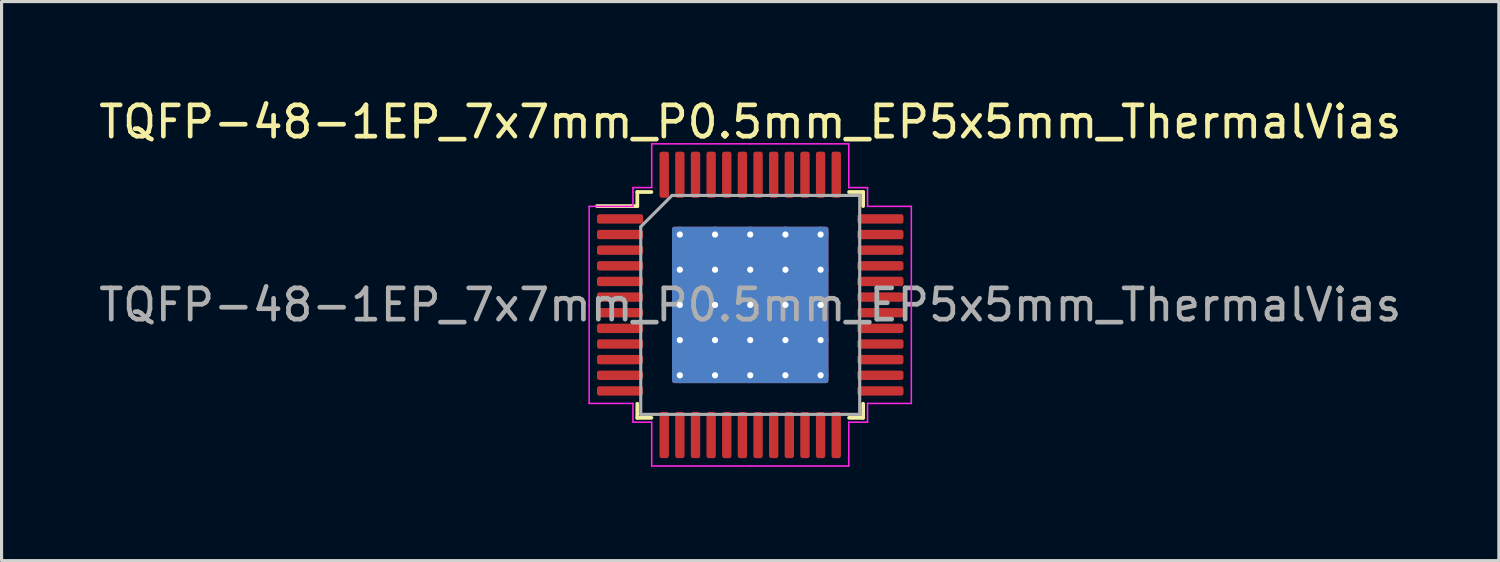
<source format=kicad_pcb>
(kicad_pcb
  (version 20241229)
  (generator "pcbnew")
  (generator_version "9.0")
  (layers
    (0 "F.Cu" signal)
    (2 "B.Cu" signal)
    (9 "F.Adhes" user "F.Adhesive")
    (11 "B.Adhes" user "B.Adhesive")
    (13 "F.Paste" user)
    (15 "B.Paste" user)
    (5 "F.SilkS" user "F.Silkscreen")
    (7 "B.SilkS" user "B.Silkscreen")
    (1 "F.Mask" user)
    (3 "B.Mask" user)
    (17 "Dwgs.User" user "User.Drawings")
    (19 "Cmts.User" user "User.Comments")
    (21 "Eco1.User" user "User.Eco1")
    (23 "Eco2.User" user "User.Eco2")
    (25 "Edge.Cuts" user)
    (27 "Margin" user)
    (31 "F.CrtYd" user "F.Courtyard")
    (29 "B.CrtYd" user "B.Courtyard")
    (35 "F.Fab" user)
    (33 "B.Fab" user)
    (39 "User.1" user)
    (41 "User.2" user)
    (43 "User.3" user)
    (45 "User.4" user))
  (footprint "TQFP-48-1EP_7x7mm_P0.5mm_EP5x5mm_ThermalVias"
    (layer "F.Cu")
    (at 20.935 6.698)
    (property "Reference" "TQFP-48-1EP_7x7mm_P0.5mm_EP5x5mm_ThermalVias" (at 0 -5.85 0) (layer "F.SilkS") (effects (font (size 1 1) (thickness 0.15))))
    (attr smd)
    (fp_line (start -3.61 -3.61) (end -3.61 -3.16) (stroke (width 0.12) (type solid)) (layer "F.SilkS"))
    (fp_line (start -3.61 -3.16) (end -4.9 -3.16) (stroke (width 0.12) (type solid)) (layer "F.SilkS"))
    (fp_line (start -3.61 3.61) (end -3.61 3.16) (stroke (width 0.12) (type solid)) (layer "F.SilkS"))
    (fp_line (start -3.16 -3.61) (end -3.61 -3.61) (stroke (width 0.12) (type solid)) (layer "F.SilkS"))
    (fp_line (start -3.16 3.61) (end -3.61 3.61) (stroke (width 0.12) (type solid)) (layer "F.SilkS"))
    (fp_line (start 3.16 -3.61) (end 3.61 -3.61) (stroke (width 0.12) (type solid)) (layer "F.SilkS"))
    (fp_line (start 3.16 3.61) (end 3.61 3.61) (stroke (width 0.12) (type solid)) (layer "F.SilkS"))
    (fp_line (start 3.61 -3.61) (end 3.61 -3.16) (stroke (width 0.12) (type solid)) (layer "F.SilkS"))
    (fp_line (start 3.61 3.61) (end 3.61 3.16) (stroke (width 0.12) (type solid)) (layer "F.SilkS"))
    (fp_line (start -5.15 -3.15) (end -5.15 0) (stroke (width 0.05) (type solid)) (layer "F.CrtYd"))
    (fp_line (start -5.15 3.15) (end -5.15 0) (stroke (width 0.05) (type solid)) (layer "F.CrtYd"))
    (fp_line (start -3.75 -3.75) (end -3.75 -3.15) (stroke (width 0.05) (type solid)) (layer "F.CrtYd"))
    (fp_line (start -3.75 -3.15) (end -5.15 -3.15) (stroke (width 0.05) (type solid)) (layer "F.CrtYd"))
    (fp_line (start -3.75 3.15) (end -5.15 3.15) (stroke (width 0.05) (type solid)) (layer "F.CrtYd"))
    (fp_line (start -3.75 3.75) (end -3.75 3.15) (stroke (width 0.05) (type solid)) (layer "F.CrtYd"))
    (fp_line (start -3.15 -5.15) (end -3.15 -3.75) (stroke (width 0.05) (type solid)) (layer "F.CrtYd"))
    (fp_line (start -3.15 -3.75) (end -3.75 -3.75) (stroke (width 0.05) (type solid)) (layer "F.CrtYd"))
    (fp_line (start -3.15 3.75) (end -3.75 3.75) (stroke (width 0.05) (type solid)) (layer "F.CrtYd"))
    (fp_line (start -3.15 5.15) (end -3.15 3.75) (stroke (width 0.05) (type solid)) (layer "F.CrtYd"))
    (fp_line (start 0 -5.15) (end -3.15 -5.15) (stroke (width 0.05) (type solid)) (layer "F.CrtYd"))
    (fp_line (start 0 -5.15) (end 3.15 -5.15) (stroke (width 0.05) (type solid)) (layer "F.CrtYd"))
    (fp_line (start 0 5.15) (end -3.15 5.15) (stroke (width 0.05) (type solid)) (layer "F.CrtYd"))
    (fp_line (start 0 5.15) (end 3.15 5.15) (stroke (width 0.05) (type solid)) (layer "F.CrtYd"))
    (fp_line (start 3.15 -5.15) (end 3.15 -3.75) (stroke (width 0.05) (type solid)) (layer "F.CrtYd"))
    (fp_line (start 3.15 -3.75) (end 3.75 -3.75) (stroke (width 0.05) (type solid)) (layer "F.CrtYd"))
    (fp_line (start 3.15 3.75) (end 3.75 3.75) (stroke (width 0.05) (type solid)) (layer "F.CrtYd"))
    (fp_line (start 3.15 5.15) (end 3.15 3.75) (stroke (width 0.05) (type solid)) (layer "F.CrtYd"))
    (fp_line (start 3.75 -3.75) (end 3.75 -3.15) (stroke (width 0.05) (type solid)) (layer "F.CrtYd"))
    (fp_line (start 3.75 -3.15) (end 5.15 -3.15) (stroke (width 0.05) (type solid)) (layer "F.CrtYd"))
    (fp_line (start 3.75 3.15) (end 5.15 3.15) (stroke (width 0.05) (type solid)) (layer "F.CrtYd"))
    (fp_line (start 3.75 3.75) (end 3.75 3.15) (stroke (width 0.05) (type solid)) (layer "F.CrtYd"))
    (fp_line (start 5.15 -3.15) (end 5.15 0) (stroke (width 0.05) (type solid)) (layer "F.CrtYd"))
    (fp_line (start 5.15 3.15) (end 5.15 0) (stroke (width 0.05) (type solid)) (layer "F.CrtYd"))
    (fp_line (start -3.5 -2.5) (end -2.5 -3.5) (stroke (width 0.1) (type solid)) (layer "F.Fab"))
    (fp_line (start -3.5 3.5) (end -3.5 -2.5) (stroke (width 0.1) (type solid)) (layer "F.Fab"))
    (fp_line (start -2.5 -3.5) (end 3.5 -3.5) (stroke (width 0.1) (type solid)) (layer "F.Fab"))
    (fp_line (start 3.5 -3.5) (end 3.5 3.5) (stroke (width 0.1) (type solid)) (layer "F.Fab"))
    (fp_line (start 3.5 3.5) (end -3.5 3.5) (stroke (width 0.1) (type solid)) (layer "F.Fab"))
    (fp_text user "${REFERENCE}" (at 0 0 0) (layer "F.Fab") (effects (font (size 1 1) (thickness 0.15))))
    (pad "" smd custom (at -1.688 -1.688) (size 0.891 0.891) (layers "F.Paste") (options (anchor circle)) (primitives (gr_poly (pts (xy -0.387 -0.29) (xy -0.29 -0.387) (xy 0.29 -0.387) (xy 0.387 -0.29) (xy 0.387 0.29) (xy 0.29 0.387) (xy -0.29 0.387) (xy -0.387 0.29)) (width 0.234) (fill yes))))
    (pad "" smd custom (at -1.688 -0.562) (size 0.891 0.891) (layers "F.Paste") (options (anchor circle)) (primitives (gr_poly (pts (xy -0.387 -0.29) (xy -0.29 -0.387) (xy 0.29 -0.387) (xy 0.387 -0.29) (xy 0.387 0.29) (xy 0.29 0.387) (xy -0.29 0.387) (xy -0.387 0.29)) (width 0.234) (fill yes))))
    (pad "" smd custom (at -1.688 0.562) (size 0.891 0.891) (layers "F.Paste") (options (anchor circle)) (primitives (gr_poly (pts (xy -0.387 -0.29) (xy -0.29 -0.387) (xy 0.29 -0.387) (xy 0.387 -0.29) (xy 0.387 0.29) (xy 0.29 0.387) (xy -0.29 0.387) (xy -0.387 0.29)) (width 0.234) (fill yes))))
    (pad "" smd custom (at -1.688 1.688) (size 0.891 0.891) (layers "F.Paste") (options (anchor circle)) (primitives (gr_poly (pts (xy -0.387 -0.29) (xy -0.29 -0.387) (xy 0.29 -0.387) (xy 0.387 -0.29) (xy 0.387 0.29) (xy 0.29 0.387) (xy -0.29 0.387) (xy -0.387 0.29)) (width 0.234) (fill yes))))
    (pad "" smd custom (at -0.562 -1.688) (size 0.891 0.891) (layers "F.Paste") (options (anchor circle)) (primitives (gr_poly (pts (xy -0.387 -0.29) (xy -0.29 -0.387) (xy 0.29 -0.387) (xy 0.387 -0.29) (xy 0.387 0.29) (xy 0.29 0.387) (xy -0.29 0.387) (xy -0.387 0.29)) (width 0.234) (fill yes))))
    (pad "" smd custom (at -0.562 -0.562) (size 0.891 0.891) (layers "F.Paste") (options (anchor circle)) (primitives (gr_poly (pts (xy -0.387 -0.29) (xy -0.29 -0.387) (xy 0.29 -0.387) (xy 0.387 -0.29) (xy 0.387 0.29) (xy 0.29 0.387) (xy -0.29 0.387) (xy -0.387 0.29)) (width 0.234) (fill yes))))
    (pad "" smd custom (at -0.562 0.562) (size 0.891 0.891) (layers "F.Paste") (options (anchor circle)) (primitives (gr_poly (pts (xy -0.387 -0.29) (xy -0.29 -0.387) (xy 0.29 -0.387) (xy 0.387 -0.29) (xy 0.387 0.29) (xy 0.29 0.387) (xy -0.29 0.387) (xy -0.387 0.29)) (width 0.234) (fill yes))))
    (pad "" smd custom (at -0.562 1.688) (size 0.891 0.891) (layers "F.Paste") (options (anchor circle)) (primitives (gr_poly (pts (xy -0.387 -0.29) (xy -0.29 -0.387) (xy 0.29 -0.387) (xy 0.387 -0.29) (xy 0.387 0.29) (xy 0.29 0.387) (xy -0.29 0.387) (xy -0.387 0.29)) (width 0.234) (fill yes))))
    (pad "" smd custom (at 0.562 -1.688) (size 0.891 0.891) (layers "F.Paste") (options (anchor circle)) (primitives (gr_poly (pts (xy -0.387 -0.29) (xy -0.29 -0.387) (xy 0.29 -0.387) (xy 0.387 -0.29) (xy 0.387 0.29) (xy 0.29 0.387) (xy -0.29 0.387) (xy -0.387 0.29)) (width 0.234) (fill yes))))
    (pad "" smd custom (at 0.562 -0.562) (size 0.891 0.891) (layers "F.Paste") (options (anchor circle)) (primitives (gr_poly (pts (xy -0.387 -0.29) (xy -0.29 -0.387) (xy 0.29 -0.387) (xy 0.387 -0.29) (xy 0.387 0.29) (xy 0.29 0.387) (xy -0.29 0.387) (xy -0.387 0.29)) (width 0.234) (fill yes))))
    (pad "" smd custom (at 0.562 0.562) (size 0.891 0.891) (layers "F.Paste") (options (anchor circle)) (primitives (gr_poly (pts (xy -0.387 -0.29) (xy -0.29 -0.387) (xy 0.29 -0.387) (xy 0.387 -0.29) (xy 0.387 0.29) (xy 0.29 0.387) (xy -0.29 0.387) (xy -0.387 0.29)) (width 0.234) (fill yes))))
    (pad "" smd custom (at 0.562 1.688) (size 0.891 0.891) (layers "F.Paste") (options (anchor circle)) (primitives (gr_poly (pts (xy -0.387 -0.29) (xy -0.29 -0.387) (xy 0.29 -0.387) (xy 0.387 -0.29) (xy 0.387 0.29) (xy 0.29 0.387) (xy -0.29 0.387) (xy -0.387 0.29)) (width 0.234) (fill yes))))
    (pad "" smd custom (at 1.688 -1.688) (size 0.891 0.891) (layers "F.Paste") (options (anchor circle)) (primitives (gr_poly (pts (xy -0.387 -0.29) (xy -0.29 -0.387) (xy 0.29 -0.387) (xy 0.387 -0.29) (xy 0.387 0.29) (xy 0.29 0.387) (xy -0.29 0.387) (xy -0.387 0.29)) (width 0.234) (fill yes))))
    (pad "" smd custom (at 1.688 -0.562) (size 0.891 0.891) (layers "F.Paste") (options (anchor circle)) (primitives (gr_poly (pts (xy -0.387 -0.29) (xy -0.29 -0.387) (xy 0.29 -0.387) (xy 0.387 -0.29) (xy 0.387 0.29) (xy 0.29 0.387) (xy -0.29 0.387) (xy -0.387 0.29)) (width 0.234) (fill yes))))
    (pad "" smd custom (at 1.688 0.562) (size 0.891 0.891) (layers "F.Paste") (options (anchor circle)) (primitives (gr_poly (pts (xy -0.387 -0.29) (xy -0.29 -0.387) (xy 0.29 -0.387) (xy 0.387 -0.29) (xy 0.387 0.29) (xy 0.29 0.387) (xy -0.29 0.387) (xy -0.387 0.29)) (width 0.234) (fill yes))))
    (pad "" smd custom (at 1.688 1.688) (size 0.891 0.891) (layers "F.Paste") (options (anchor circle)) (primitives (gr_poly (pts (xy -0.387 -0.29) (xy -0.29 -0.387) (xy 0.29 -0.387) (xy 0.387 -0.29) (xy 0.387 0.29) (xy 0.29 0.387) (xy -0.29 0.387) (xy -0.387 0.29)) (width 0.234) (fill yes))))
    (pad "1" smd roundrect (at -4.162 -2.75) (size 1.475 0.3) (layers "F.Cu" "F.Mask" "F.Paste") (roundrect_rratio 0.25))
    (pad "2" smd roundrect (at -4.162 -2.25) (size 1.475 0.3) (layers "F.Cu" "F.Mask" "F.Paste") (roundrect_rratio 0.25))
    (pad "3" smd roundrect (at -4.162 -1.75) (size 1.475 0.3) (layers "F.Cu" "F.Mask" "F.Paste") (roundrect_rratio 0.25))
    (pad "4" smd roundrect (at -4.162 -1.25) (size 1.475 0.3) (layers "F.Cu" "F.Mask" "F.Paste") (roundrect_rratio 0.25))
    (pad "5" smd roundrect (at -4.162 -0.75) (size 1.475 0.3) (layers "F.Cu" "F.Mask" "F.Paste") (roundrect_rratio 0.25))
    (pad "6" smd roundrect (at -4.162 -0.25) (size 1.475 0.3) (layers "F.Cu" "F.Mask" "F.Paste") (roundrect_rratio 0.25))
    (pad "7" smd roundrect (at -4.162 0.25) (size 1.475 0.3) (layers "F.Cu" "F.Mask" "F.Paste") (roundrect_rratio 0.25))
    (pad "8" smd roundrect (at -4.162 0.75) (size 1.475 0.3) (layers "F.Cu" "F.Mask" "F.Paste") (roundrect_rratio 0.25))
    (pad "9" smd roundrect (at -4.162 1.25) (size 1.475 0.3) (layers "F.Cu" "F.Mask" "F.Paste") (roundrect_rratio 0.25))
    (pad "10" smd roundrect (at -4.162 1.75) (size 1.475 0.3) (layers "F.Cu" "F.Mask" "F.Paste") (roundrect_rratio 0.25))
    (pad "11" smd roundrect (at -4.162 2.25) (size 1.475 0.3) (layers "F.Cu" "F.Mask" "F.Paste") (roundrect_rratio 0.25))
    (pad "12" smd roundrect (at -4.162 2.75) (size 1.475 0.3) (layers "F.Cu" "F.Mask" "F.Paste") (roundrect_rratio 0.25))
    (pad "13" smd roundrect (at -2.75 4.162) (size 0.3 1.475) (layers "F.Cu" "F.Mask" "F.Paste") (roundrect_rratio 0.25))
    (pad "14" smd roundrect (at -2.25 4.162) (size 0.3 1.475) (layers "F.Cu" "F.Mask" "F.Paste") (roundrect_rratio 0.25))
    (pad "15" smd roundrect (at -1.75 4.162) (size 0.3 1.475) (layers "F.Cu" "F.Mask" "F.Paste") (roundrect_rratio 0.25))
    (pad "16" smd roundrect (at -1.25 4.162) (size 0.3 1.475) (layers "F.Cu" "F.Mask" "F.Paste") (roundrect_rratio 0.25))
    (pad "17" smd roundrect (at -0.75 4.162) (size 0.3 1.475) (layers "F.Cu" "F.Mask" "F.Paste") (roundrect_rratio 0.25))
    (pad "18" smd roundrect (at -0.25 4.162) (size 0.3 1.475) (layers "F.Cu" "F.Mask" "F.Paste") (roundrect_rratio 0.25))
    (pad "19" smd roundrect (at 0.25 4.162) (size 0.3 1.475) (layers "F.Cu" "F.Mask" "F.Paste") (roundrect_rratio 0.25))
    (pad "20" smd roundrect (at 0.75 4.162) (size 0.3 1.475) (layers "F.Cu" "F.Mask" "F.Paste") (roundrect_rratio 0.25))
    (pad "21" smd roundrect (at 1.25 4.162) (size 0.3 1.475) (layers "F.Cu" "F.Mask" "F.Paste") (roundrect_rratio 0.25))
    (pad "22" smd roundrect (at 1.75 4.162) (size 0.3 1.475) (layers "F.Cu" "F.Mask" "F.Paste") (roundrect_rratio 0.25))
    (pad "23" smd roundrect (at 2.25 4.162) (size 0.3 1.475) (layers "F.Cu" "F.Mask" "F.Paste") (roundrect_rratio 0.25))
    (pad "24" smd roundrect (at 2.75 4.162) (size 0.3 1.475) (layers "F.Cu" "F.Mask" "F.Paste") (roundrect_rratio 0.25))
    (pad "25" smd roundrect (at 4.162 2.75) (size 1.475 0.3) (layers "F.Cu" "F.Mask" "F.Paste") (roundrect_rratio 0.25))
    (pad "26" smd roundrect (at 4.162 2.25) (size 1.475 0.3) (layers "F.Cu" "F.Mask" "F.Paste") (roundrect_rratio 0.25))
    (pad "27" smd roundrect (at 4.162 1.75) (size 1.475 0.3) (layers "F.Cu" "F.Mask" "F.Paste") (roundrect_rratio 0.25))
    (pad "28" smd roundrect (at 4.162 1.25) (size 1.475 0.3) (layers "F.Cu" "F.Mask" "F.Paste") (roundrect_rratio 0.25))
    (pad "29" smd roundrect (at 4.162 0.75) (size 1.475 0.3) (layers "F.Cu" "F.Mask" "F.Paste") (roundrect_rratio 0.25))
    (pad "30" smd roundrect (at 4.162 0.25) (size 1.475 0.3) (layers "F.Cu" "F.Mask" "F.Paste") (roundrect_rratio 0.25))
    (pad "31" smd roundrect (at 4.162 -0.25) (size 1.475 0.3) (layers "F.Cu" "F.Mask" "F.Paste") (roundrect_rratio 0.25))
    (pad "32" smd roundrect (at 4.162 -0.75) (size 1.475 0.3) (layers "F.Cu" "F.Mask" "F.Paste") (roundrect_rratio 0.25))
    (pad "33" smd roundrect (at 4.162 -1.25) (size 1.475 0.3) (layers "F.Cu" "F.Mask" "F.Paste") (roundrect_rratio 0.25))
    (pad "34" smd roundrect (at 4.162 -1.75) (size 1.475 0.3) (layers "F.Cu" "F.Mask" "F.Paste") (roundrect_rratio 0.25))
    (pad "35" smd roundrect (at 4.162 -2.25) (size 1.475 0.3) (layers "F.Cu" "F.Mask" "F.Paste") (roundrect_rratio 0.25))
    (pad "36" smd roundrect (at 4.162 -2.75) (size 1.475 0.3) (layers "F.Cu" "F.Mask" "F.Paste") (roundrect_rratio 0.25))
    (pad "37" smd roundrect (at 2.75 -4.162) (size 0.3 1.475) (layers "F.Cu" "F.Mask" "F.Paste") (roundrect_rratio 0.25))
    (pad "38" smd roundrect (at 2.25 -4.162) (size 0.3 1.475) (layers "F.Cu" "F.Mask" "F.Paste") (roundrect_rratio 0.25))
    (pad "39" smd roundrect (at 1.75 -4.162) (size 0.3 1.475) (layers "F.Cu" "F.Mask" "F.Paste") (roundrect_rratio 0.25))
    (pad "40" smd roundrect (at 1.25 -4.162) (size 0.3 1.475) (layers "F.Cu" "F.Mask" "F.Paste") (roundrect_rratio 0.25))
    (pad "41" smd roundrect (at 0.75 -4.162) (size 0.3 1.475) (layers "F.Cu" "F.Mask" "F.Paste") (roundrect_rratio 0.25))
    (pad "42" smd roundrect (at 0.25 -4.162) (size 0.3 1.475) (layers "F.Cu" "F.Mask" "F.Paste") (roundrect_rratio 0.25))
    (pad "43" smd roundrect (at -0.25 -4.162) (size 0.3 1.475) (layers "F.Cu" "F.Mask" "F.Paste") (roundrect_rratio 0.25))
    (pad "44" smd roundrect (at -0.75 -4.162) (size 0.3 1.475) (layers "F.Cu" "F.Mask" "F.Paste") (roundrect_rratio 0.25))
    (pad "45" smd roundrect (at -1.25 -4.162) (size 0.3 1.475) (layers "F.Cu" "F.Mask" "F.Paste") (roundrect_rratio 0.25))
    (pad "46" smd roundrect (at -1.75 -4.162) (size 0.3 1.475) (layers "F.Cu" "F.Mask" "F.Paste") (roundrect_rratio 0.25))
    (pad "47" smd roundrect (at -2.25 -4.162) (size 0.3 1.475) (layers "F.Cu" "F.Mask" "F.Paste") (roundrect_rratio 0.25))
    (pad "48" smd roundrect (at -2.75 -4.162) (size 0.3 1.475) (layers "F.Cu" "F.Mask" "F.Paste") (roundrect_rratio 0.25))
    (pad "49" thru_hole circle (at -2.25 -2.25) (size 0.5 0.5) (drill 0.2) (layers "*.Cu"))
    (pad "49" thru_hole circle (at -2.25 -1.125) (size 0.5 0.5) (drill 0.2) (layers "*.Cu"))
    (pad "49" thru_hole circle (at -2.25 0) (size 0.5 0.5) (drill 0.2) (layers "*.Cu"))
    (pad "49" thru_hole circle (at -2.25 1.125) (size 0.5 0.5) (drill 0.2) (layers "*.Cu"))
    (pad "49" thru_hole circle (at -2.25 2.25) (size 0.5 0.5) (drill 0.2) (layers "*.Cu"))
    (pad "49" thru_hole circle (at -1.125 -2.25) (size 0.5 0.5) (drill 0.2) (layers "*.Cu"))
    (pad "49" thru_hole circle (at -1.125 -1.125) (size 0.5 0.5) (drill 0.2) (layers "*.Cu"))
    (pad "49" thru_hole circle (at -1.125 0) (size 0.5 0.5) (drill 0.2) (layers "*.Cu"))
    (pad "49" thru_hole circle (at -1.125 1.125) (size 0.5 0.5) (drill 0.2) (layers "*.Cu"))
    (pad "49" thru_hole circle (at -1.125 2.25) (size 0.5 0.5) (drill 0.2) (layers "*.Cu"))
    (pad "49" thru_hole circle (at 0 -2.25) (size 0.5 0.5) (drill 0.2) (layers "*.Cu"))
    (pad "49" thru_hole circle (at 0 -1.125) (size 0.5 0.5) (drill 0.2) (layers "*.Cu"))
    (pad "49" thru_hole circle (at 0 0) (size 0.5 0.5) (drill 0.2) (layers "*.Cu"))
    (pad "49" smd roundrect (at 0 0) (size 5 5) (layers "F.Cu" "F.Mask") (roundrect_rratio 0.015))
    (pad "49" smd roundrect (at 0 0) (size 5 5) (layers "B.Cu") (roundrect_rratio 0.015))
    (pad "49" thru_hole circle (at 0 1.125) (size 0.5 0.5) (drill 0.2) (layers "*.Cu"))
    (pad "49" thru_hole circle (at 0 2.25) (size 0.5 0.5) (drill 0.2) (layers "*.Cu"))
    (pad "49" thru_hole circle (at 1.125 -2.25) (size 0.5 0.5) (drill 0.2) (layers "*.Cu"))
    (pad "49" thru_hole circle (at 1.125 -1.125) (size 0.5 0.5) (drill 0.2) (layers "*.Cu"))
    (pad "49" thru_hole circle (at 1.125 0) (size 0.5 0.5) (drill 0.2) (layers "*.Cu"))
    (pad "49" thru_hole circle (at 1.125 1.125) (size 0.5 0.5) (drill 0.2) (layers "*.Cu"))
    (pad "49" thru_hole circle (at 1.125 2.25) (size 0.5 0.5) (drill 0.2) (layers "*.Cu"))
    (pad "49" thru_hole circle (at 2.25 -2.25) (size 0.5 0.5) (drill 0.2) (layers "*.Cu"))
    (pad "49" thru_hole circle (at 2.25 -1.125) (size 0.5 0.5) (drill 0.2) (layers "*.Cu"))
    (pad "49" thru_hole circle (at 2.25 0) (size 0.5 0.5) (drill 0.2) (layers "*.Cu"))
    (pad "49" thru_hole circle (at 2.25 1.125) (size 0.5 0.5) (drill 0.2) (layers "*.Cu"))
    (pad "49" thru_hole circle (at 2.25 2.25) (size 0.5 0.5) (drill 0.2) (layers "*.Cu")))
  (gr_rect
    (start -3 -3)
    (end 44.869 14.873)
    (stroke (width 0.1) (type default))
    (fill no)
    (layer "Edge.Cuts")))
</source>
